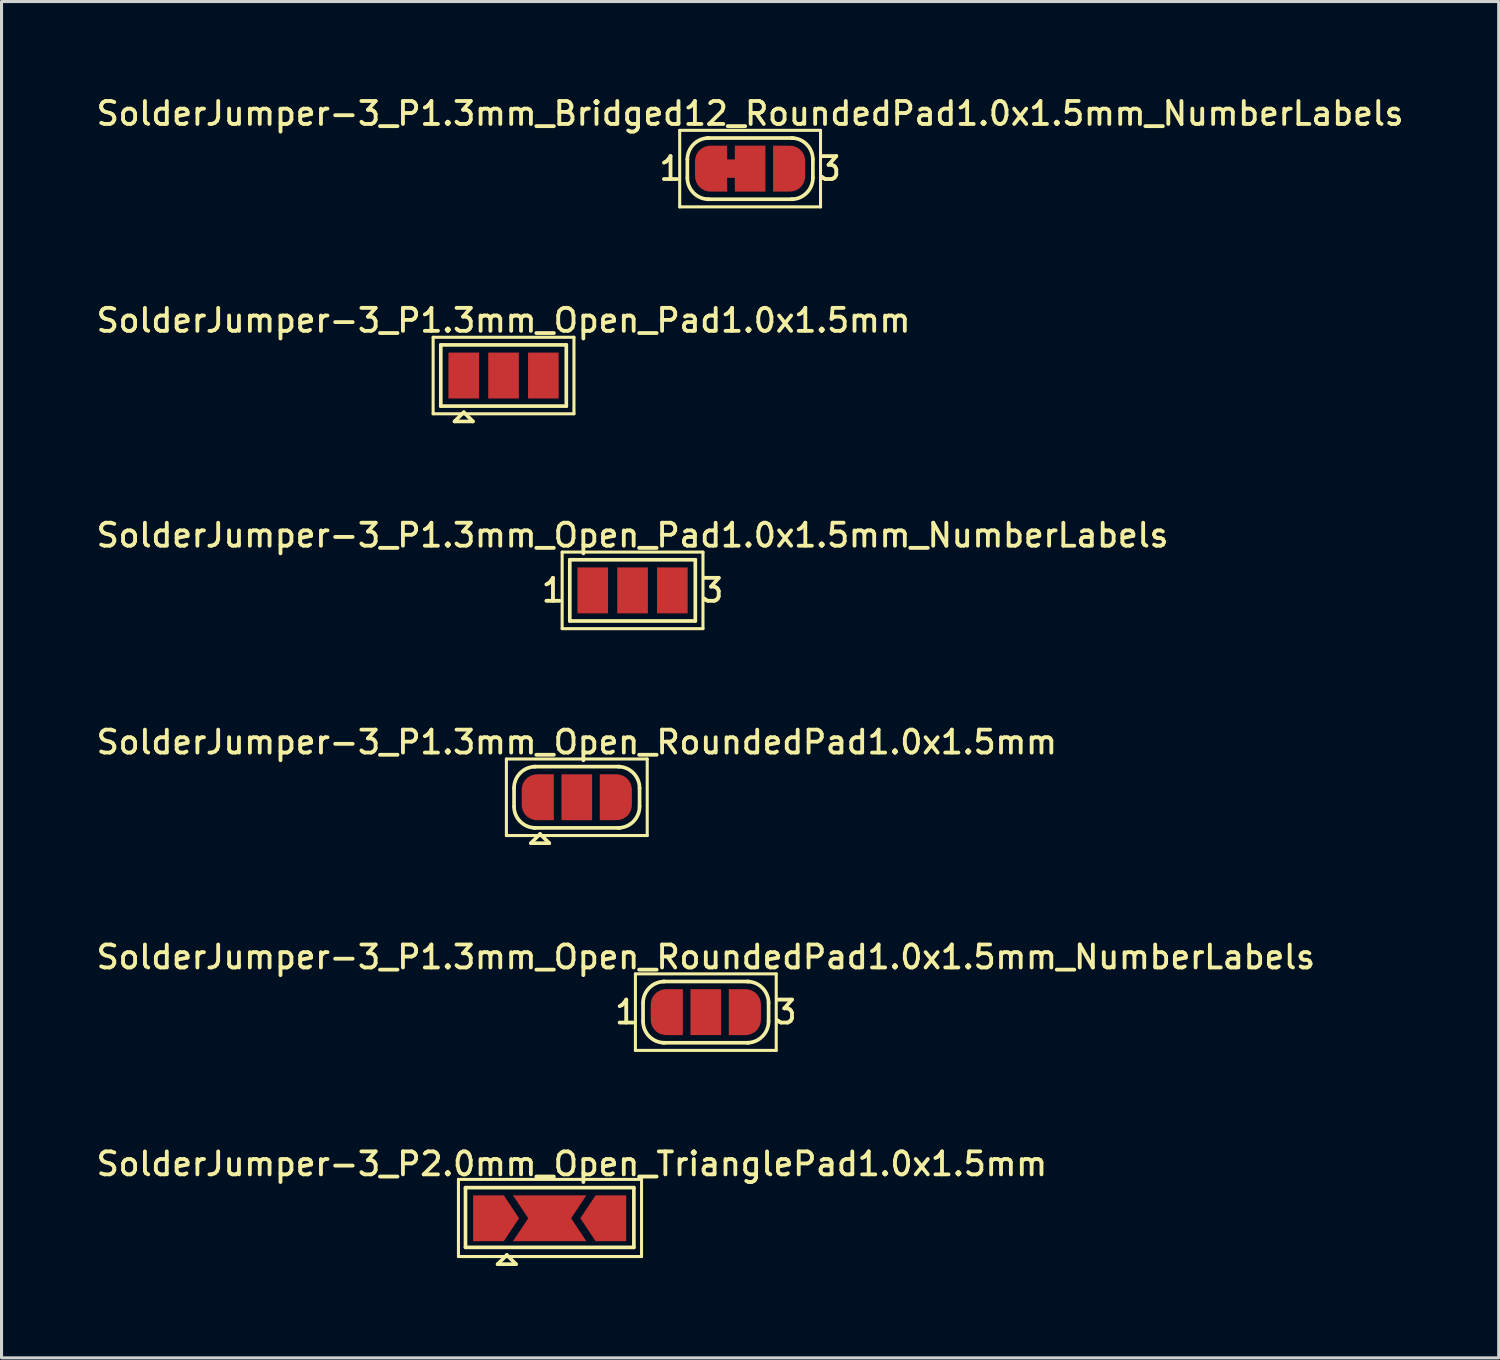
<source format=kicad_pcb>
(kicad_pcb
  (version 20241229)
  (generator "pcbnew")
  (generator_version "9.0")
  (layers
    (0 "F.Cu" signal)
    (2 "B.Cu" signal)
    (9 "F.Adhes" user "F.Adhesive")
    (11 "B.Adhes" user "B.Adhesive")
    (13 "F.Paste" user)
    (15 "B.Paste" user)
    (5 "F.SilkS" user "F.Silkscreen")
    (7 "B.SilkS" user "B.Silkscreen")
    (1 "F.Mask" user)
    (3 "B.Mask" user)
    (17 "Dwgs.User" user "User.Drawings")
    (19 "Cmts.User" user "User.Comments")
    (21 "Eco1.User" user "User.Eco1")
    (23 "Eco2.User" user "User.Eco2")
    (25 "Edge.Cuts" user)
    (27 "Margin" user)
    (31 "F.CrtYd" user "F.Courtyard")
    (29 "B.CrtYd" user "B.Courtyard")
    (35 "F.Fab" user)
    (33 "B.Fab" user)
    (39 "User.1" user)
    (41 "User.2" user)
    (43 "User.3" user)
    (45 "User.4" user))
  (footprint "SolderJumper-3_P1.3mm_Open_RoundedPad1.0x1.5mm_NumberLabels"
    (layer "F.Cu")
    (at 20.005 30.011)
    (property "Reference" "SolderJumper-3_P1.3mm_Open_RoundedPad1.0x1.5mm_NumberLabels" (at 0 -1.8 0) (layer "F.SilkS") (effects (font (size 0.75 0.75) (thickness 0.125))))
    (attr exclude_from_pos_files exclude_from_bom)
    (fp_line (start -2.3 -1.25) (end -2.3 1.25) (stroke (width 0.1) (type solid)) (layer "F.SilkS"))
    (fp_line (start -2.3 -1.25) (end 2.3 -1.25) (stroke (width 0.1) (type solid)) (layer "F.SilkS"))
    (fp_line (start -2.05 0.3) (end -2.05 -0.3) (stroke (width 0.12) (type solid)) (layer "F.SilkS"))
    (fp_line (start -1.4 -1) (end 1.4 -1) (stroke (width 0.12) (type solid)) (layer "F.SilkS"))
    (fp_line (start 1.4 1) (end -1.4 1) (stroke (width 0.12) (type solid)) (layer "F.SilkS"))
    (fp_line (start 2.05 -0.3) (end 2.05 0.3) (stroke (width 0.12) (type solid)) (layer "F.SilkS"))
    (fp_line (start 2.3 1.25) (end -2.3 1.25) (stroke (width 0.1) (type solid)) (layer "F.SilkS"))
    (fp_line (start 2.3 1.25) (end 2.3 -1.25) (stroke (width 0.1) (type solid)) (layer "F.SilkS"))
    (fp_arc (start -2.05 -0.3) (mid -1.844975 -0.794975) (end -1.35 -1) (stroke (width 0.12) (type solid)) (layer "F.SilkS"))
    (fp_arc (start -1.35 1) (mid -1.844975 0.794975) (end -2.05 0.3) (stroke (width 0.12) (type solid)) (layer "F.SilkS"))
    (fp_arc (start 1.35 -1) (mid 1.844975 -0.794975) (end 2.05 -0.3) (stroke (width 0.12) (type solid)) (layer "F.SilkS"))
    (fp_arc (start 2.05 0.3) (mid 1.844975 0.794975) (end 1.35 1) (stroke (width 0.12) (type solid)) (layer "F.SilkS"))
    (fp_text user "1" (at -2.6 0 0) (layer "F.SilkS") (effects (font (size 0.75 0.75) (thickness 0.125))))
    (fp_text user "3" (at 2.6 0 0) (layer "F.SilkS") (effects (font (size 0.75 0.75) (thickness 0.125))))
    (pad "1" smd custom (at -1.3 0) (size 1 0.5) (layers "F.Cu" "F.Mask") (options (anchor rect)) (primitives (gr_circle (center 0 0.25) (end 0.5 0.25) (width 0) (fill yes)) (gr_circle (center 0 -0.25) (end 0.5 -0.25) (width 0) (fill yes)) (gr_poly (pts (xy 0.55 0.75) (xy 0 0.75) (xy 0 -0.75) (xy 0.55 -0.75)) (width 0) (fill yes))))
    (pad "2" smd rect (at 0 0) (size 1 1.5) (layers "F.Cu" "F.Mask"))
    (pad "3" smd custom (at 1.3 0) (size 1 0.5) (layers "F.Cu" "F.Mask") (options (anchor rect)) (primitives (gr_circle (center 0 0.25) (end 0.5 0.25) (width 0) (fill yes)) (gr_circle (center 0 -0.25) (end 0.5 -0.25) (width 0) (fill yes)) (gr_poly (pts (xy 0 0.75) (xy -0.55 0.75) (xy -0.55 -0.75) (xy 0 -0.75)) (width 0) (fill yes)))))
  (footprint "SolderJumper-3_P1.3mm_Open_Pad1.0x1.5mm_NumberLabels"
    (layer "F.Cu")
    (at 17.612 16.234)
    (property "Reference" "SolderJumper-3_P1.3mm_Open_Pad1.0x1.5mm_NumberLabels" (at 0 -1.8 0) (layer "F.SilkS") (effects (font (size 0.75 0.75) (thickness 0.125))))
    (attr exclude_from_pos_files exclude_from_bom)
    (fp_line (start -2.3 -1.25) (end -2.3 1.25) (stroke (width 0.1) (type solid)) (layer "F.SilkS"))
    (fp_line (start -2.3 -1.25) (end 2.3 -1.25) (stroke (width 0.1) (type solid)) (layer "F.SilkS"))
    (fp_line (start -2.05 -1) (end 2.05 -1) (stroke (width 0.12) (type solid)) (layer "F.SilkS"))
    (fp_line (start -2.05 1) (end -2.05 -1) (stroke (width 0.12) (type solid)) (layer "F.SilkS"))
    (fp_line (start 2.05 -1) (end 2.05 1) (stroke (width 0.12) (type solid)) (layer "F.SilkS"))
    (fp_line (start 2.05 1) (end -2.05 1) (stroke (width 0.12) (type solid)) (layer "F.SilkS"))
    (fp_line (start 2.3 1.25) (end -2.3 1.25) (stroke (width 0.1) (type solid)) (layer "F.SilkS"))
    (fp_line (start 2.3 1.25) (end 2.3 -1.25) (stroke (width 0.1) (type solid)) (layer "F.SilkS"))
    (fp_text user "3" (at 2.6 0 0) (layer "F.SilkS") (effects (font (size 0.75 0.75) (thickness 0.125))))
    (fp_text user "1" (at -2.6 0 0) (layer "F.SilkS") (effects (font (size 0.75 0.75) (thickness 0.125))))
    (pad "1" smd rect (at -1.3 0) (size 1 1.5) (layers "F.Cu" "F.Mask"))
    (pad "2" smd rect (at 0 0) (size 1 1.5) (layers "F.Cu" "F.Mask"))
    (pad "3" smd rect (at 1.3 0) (size 1 1.5) (layers "F.Cu" "F.Mask")))
  (footprint "SolderJumper-3_P1.3mm_Bridged12_RoundedPad1.0x1.5mm_NumberLabels"
    (layer "F.Cu")
    (at 21.452 2.458)
    (property "Reference" "SolderJumper-3_P1.3mm_Bridged12_RoundedPad1.0x1.5mm_NumberLabels" (at 0 -1.8 0) (layer "F.SilkS") (effects (font (size 0.75 0.75) (thickness 0.125))))
    (attr exclude_from_pos_files exclude_from_bom)
    (fp_poly (pts (xy -0.9 -0.3) (xy -0.4 -0.3) (xy -0.4 0.3) (xy -0.9 0.3)) (stroke (width 0) (type solid)) (fill yes) (layer "F.Cu"))
    (fp_line (start -2.3 -1.25) (end -2.3 1.25) (stroke (width 0.1) (type solid)) (layer "F.SilkS"))
    (fp_line (start -2.3 -1.25) (end 2.3 -1.25) (stroke (width 0.1) (type solid)) (layer "F.SilkS"))
    (fp_line (start -2.05 0.3) (end -2.05 -0.3) (stroke (width 0.12) (type solid)) (layer "F.SilkS"))
    (fp_line (start -1.4 -1) (end 1.4 -1) (stroke (width 0.12) (type solid)) (layer "F.SilkS"))
    (fp_line (start 1.4 1) (end -1.4 1) (stroke (width 0.12) (type solid)) (layer "F.SilkS"))
    (fp_line (start 2.05 -0.3) (end 2.05 0.3) (stroke (width 0.12) (type solid)) (layer "F.SilkS"))
    (fp_line (start 2.3 1.25) (end -2.3 1.25) (stroke (width 0.1) (type solid)) (layer "F.SilkS"))
    (fp_line (start 2.3 1.25) (end 2.3 -1.25) (stroke (width 0.1) (type solid)) (layer "F.SilkS"))
    (fp_arc (start -2.05 -0.3) (mid -1.844975 -0.794975) (end -1.35 -1) (stroke (width 0.12) (type solid)) (layer "F.SilkS"))
    (fp_arc (start -1.35 1) (mid -1.844975 0.794975) (end -2.05 0.3) (stroke (width 0.12) (type solid)) (layer "F.SilkS"))
    (fp_arc (start 1.35 -1) (mid 1.844975 -0.794975) (end 2.05 -0.3) (stroke (width 0.12) (type solid)) (layer "F.SilkS"))
    (fp_arc (start 2.05 0.3) (mid 1.844975 0.794975) (end 1.35 1) (stroke (width 0.12) (type solid)) (layer "F.SilkS"))
    (fp_text user "1" (at -2.6 0 0) (layer "F.SilkS") (effects (font (size 0.75 0.75) (thickness 0.125))))
    (fp_text user "3" (at 2.6 0 0) (layer "F.SilkS") (effects (font (size 0.75 0.75) (thickness 0.125))))
    (pad "1" smd custom (at -1.3 0) (size 1 0.5) (layers "F.Cu" "F.Mask") (options (anchor rect)) (primitives (gr_poly (pts (xy 0.55 0.75) (xy 0 0.75) (xy 0 -0.75) (xy 0.55 -0.75)) (width 0) (fill yes)) (gr_circle (center 0 0.25) (end 0.5 0.25) (width 0) (fill yes)) (gr_circle (center 0 -0.25) (end 0.5 -0.25) (width 0) (fill yes))))
    (pad "2" smd rect (at 0 0) (size 1 1.5) (layers "F.Cu" "F.Mask"))
    (pad "3" smd custom (at 1.3 0) (size 1 0.5) (layers "F.Cu" "F.Mask") (options (anchor rect)) (primitives (gr_circle (center 0 0.25) (end 0.5 0.25) (width 0) (fill yes)) (gr_circle (center 0 -0.25) (end 0.5 -0.25) (width 0) (fill yes)) (gr_poly (pts (xy 0 0.75) (xy -0.55 0.75) (xy -0.55 -0.75) (xy 0 -0.75)) (width 0) (fill yes)))))
  (footprint "SolderJumper-3_P2.0mm_Open_TrianglePad1.0x1.5mm"
    (layer "F.Cu")
    (at 14.905 36.744)
    (property "Reference" "SolderJumper-3_P2.0mm_Open_TrianglePad1.0x1.5mm" (at 0.725 -1.775 0) (layer "F.SilkS") (effects (font (size 0.75 0.75) (thickness 0.125))))
    (attr exclude_from_pos_files exclude_from_bom)
    (fp_line (start -2.98 -1.27) (end -2.98 1.25) (stroke (width 0.1) (type solid)) (layer "F.SilkS"))
    (fp_line (start -2.98 -1.27) (end 3 -1.27) (stroke (width 0.1) (type solid)) (layer "F.SilkS"))
    (fp_line (start -2.75 -1) (end 2.75 -1) (stroke (width 0.12) (type solid)) (layer "F.SilkS"))
    (fp_line (start -2.75 0.95) (end -2.75 -1) (stroke (width 0.12) (type solid)) (layer "F.SilkS"))
    (fp_line (start -1.7 1.5) (end -1.1 1.5) (stroke (width 0.12) (type solid)) (layer "F.SilkS"))
    (fp_line (start -1.4 1.2) (end -1.7 1.5) (stroke (width 0.12) (type solid)) (layer "F.SilkS"))
    (fp_line (start -1.1 1.5) (end -1.4 1.2) (stroke (width 0.12) (type solid)) (layer "F.SilkS"))
    (fp_line (start 2.75 -1) (end 2.75 0.95) (stroke (width 0.12) (type solid)) (layer "F.SilkS"))
    (fp_line (start 2.75 0.95) (end -2.75 0.95) (stroke (width 0.12) (type solid)) (layer "F.SilkS"))
    (fp_line (start 3 1.25) (end -2.98 1.25) (stroke (width 0.1) (type solid)) (layer "F.SilkS"))
    (fp_line (start 3 1.25) (end 3 -1.27) (stroke (width 0.1) (type solid)) (layer "F.SilkS"))
    (pad "" smd rect (at -1.2 0) (size 1.5 1.5) (layers "F.Mask"))
    (pad "" smd rect (at 1.2 0) (size 1.5 1.5) (layers "F.Mask"))
    (pad "1" smd custom (at -2 0) (size 0.3 0.3) (layers "F.Cu" "F.Mask") (options (anchor rect)) (primitives (gr_poly (pts (xy 1 0) (xy 0.5 0.75) (xy -0.5 0.75) (xy -0.5 -0.75) (xy 0.5 -0.75)) (width 0) (fill yes))))
    (pad "2" smd custom (at 0 0) (size 0.3 0.3) (layers "F.Cu") (options (anchor rect)) (primitives (gr_poly (pts (xy 0.7 0) (xy 1.2 0.75) (xy -1.2 0.75) (xy -0.7 0) (xy -1.2 -0.75) (xy 1.2 -0.75)) (width 0) (fill yes))))
    (pad "3" smd custom (at 2 0 180) (size 0.3 0.3) (layers "F.Cu" "F.Mask") (options (anchor rect)) (primitives (gr_poly (pts (xy 1 0) (xy 0.5 0.75) (xy -0.5 0.75) (xy -0.5 -0.75) (xy 0.5 -0.75)) (width 0) (fill yes)))))
  (footprint "SolderJumper-3_P1.3mm_Open_Pad1.0x1.5mm"
    (layer "F.Cu")
    (at 13.398 9.216)
    (property "Reference" "SolderJumper-3_P1.3mm_Open_Pad1.0x1.5mm" (at 0 -1.8 0) (layer "F.SilkS") (effects (font (size 0.75 0.75) (thickness 0.125))))
    (attr exclude_from_pos_files exclude_from_bom)
    (fp_line (start -2.3 -1.25) (end -2.3 1.25) (stroke (width 0.1) (type solid)) (layer "F.SilkS"))
    (fp_line (start -2.3 -1.25) (end 2.3 -1.25) (stroke (width 0.1) (type solid)) (layer "F.SilkS"))
    (fp_line (start -2.05 -1) (end 2.05 -1) (stroke (width 0.12) (type solid)) (layer "F.SilkS"))
    (fp_line (start -2.05 1) (end -2.05 -1) (stroke (width 0.12) (type solid)) (layer "F.SilkS"))
    (fp_line (start -1.6 1.5) (end -1 1.5) (stroke (width 0.12) (type solid)) (layer "F.SilkS"))
    (fp_line (start -1.3 1.2) (end -1.6 1.5) (stroke (width 0.12) (type solid)) (layer "F.SilkS"))
    (fp_line (start -1.3 1.2) (end -1 1.5) (stroke (width 0.12) (type solid)) (layer "F.SilkS"))
    (fp_line (start 2.05 -1) (end 2.05 1) (stroke (width 0.12) (type solid)) (layer "F.SilkS"))
    (fp_line (start 2.05 1) (end -2.05 1) (stroke (width 0.12) (type solid)) (layer "F.SilkS"))
    (fp_line (start 2.3 1.25) (end -2.3 1.25) (stroke (width 0.1) (type solid)) (layer "F.SilkS"))
    (fp_line (start 2.3 1.25) (end 2.3 -1.25) (stroke (width 0.1) (type solid)) (layer "F.SilkS"))
    (pad "1" smd rect (at -1.3 0) (size 1 1.5) (layers "F.Cu" "F.Mask"))
    (pad "2" smd rect (at 0 0) (size 1 1.5) (layers "F.Cu" "F.Mask"))
    (pad "3" smd rect (at 1.3 0) (size 1 1.5) (layers "F.Cu" "F.Mask")))
  (footprint "SolderJumper-3_P1.3mm_Open_RoundedPad1.0x1.5mm"
    (layer "F.Cu")
    (at 15.791 22.992)
    (property "Reference" "SolderJumper-3_P1.3mm_Open_RoundedPad1.0x1.5mm" (at 0 -1.8 0) (layer "F.SilkS") (effects (font (size 0.75 0.75) (thickness 0.125))))
    (attr exclude_from_pos_files exclude_from_bom)
    (fp_line (start -2.3 -1.25) (end -2.3 1.25) (stroke (width 0.1) (type solid)) (layer "F.SilkS"))
    (fp_line (start -2.3 -1.25) (end 2.3 -1.25) (stroke (width 0.1) (type solid)) (layer "F.SilkS"))
    (fp_line (start -2.05 0.3) (end -2.05 -0.3) (stroke (width 0.12) (type solid)) (layer "F.SilkS"))
    (fp_line (start -1.5 1.5) (end -0.9 1.5) (stroke (width 0.12) (type solid)) (layer "F.SilkS"))
    (fp_line (start -1.4 -1) (end 1.4 -1) (stroke (width 0.12) (type solid)) (layer "F.SilkS"))
    (fp_line (start -1.2 1.2) (end -1.5 1.5) (stroke (width 0.12) (type solid)) (layer "F.SilkS"))
    (fp_line (start -1.2 1.2) (end -0.9 1.5) (stroke (width 0.12) (type solid)) (layer "F.SilkS"))
    (fp_line (start 1.4 1) (end -1.4 1) (stroke (width 0.12) (type solid)) (layer "F.SilkS"))
    (fp_line (start 2.05 -0.3) (end 2.05 0.3) (stroke (width 0.12) (type solid)) (layer "F.SilkS"))
    (fp_line (start 2.3 1.25) (end -2.3 1.25) (stroke (width 0.1) (type solid)) (layer "F.SilkS"))
    (fp_line (start 2.3 1.25) (end 2.3 -1.25) (stroke (width 0.1) (type solid)) (layer "F.SilkS"))
    (fp_arc (start -2.05 -0.3) (mid -1.844975 -0.794975) (end -1.35 -1) (stroke (width 0.12) (type solid)) (layer "F.SilkS"))
    (fp_arc (start -1.35 1) (mid -1.844975 0.794975) (end -2.05 0.3) (stroke (width 0.12) (type solid)) (layer "F.SilkS"))
    (fp_arc (start 1.35 -1) (mid 1.844975 -0.794975) (end 2.05 -0.3) (stroke (width 0.12) (type solid)) (layer "F.SilkS"))
    (fp_arc (start 2.05 0.3) (mid 1.844975 0.794975) (end 1.35 1) (stroke (width 0.12) (type solid)) (layer "F.SilkS"))
    (pad "1" smd custom (at -1.3 0) (size 1 0.5) (layers "F.Cu" "F.Mask") (options (anchor rect)) (primitives (gr_circle (center 0 0.25) (end 0.5 0.25) (width 0) (fill yes)) (gr_circle (center 0 -0.25) (end 0.5 -0.25) (width 0) (fill yes)) (gr_poly (pts (xy 0.55 0.75) (xy 0 0.75) (xy 0 -0.75) (xy 0.55 -0.75)) (width 0) (fill yes))))
    (pad "2" smd rect (at 0 0) (size 1 1.5) (layers "F.Cu" "F.Mask"))
    (pad "3" smd custom (at 1.3 0) (size 1 0.5) (layers "F.Cu" "F.Mask") (options (anchor rect)) (primitives (gr_circle (center 0 0.25) (end 0.5 0.25) (width 0) (fill yes)) (gr_circle (center 0 -0.25) (end 0.5 -0.25) (width 0) (fill yes)) (gr_poly (pts (xy 0 0.75) (xy -0.55 0.75) (xy -0.55 -0.75) (xy 0 -0.75)) (width 0) (fill yes)))))
  (gr_rect
    (start -3 -3)
    (end 45.904 41.304)
    (stroke (width 0.1) (type default))
    (fill no)
    (layer "Edge.Cuts")))
</source>
